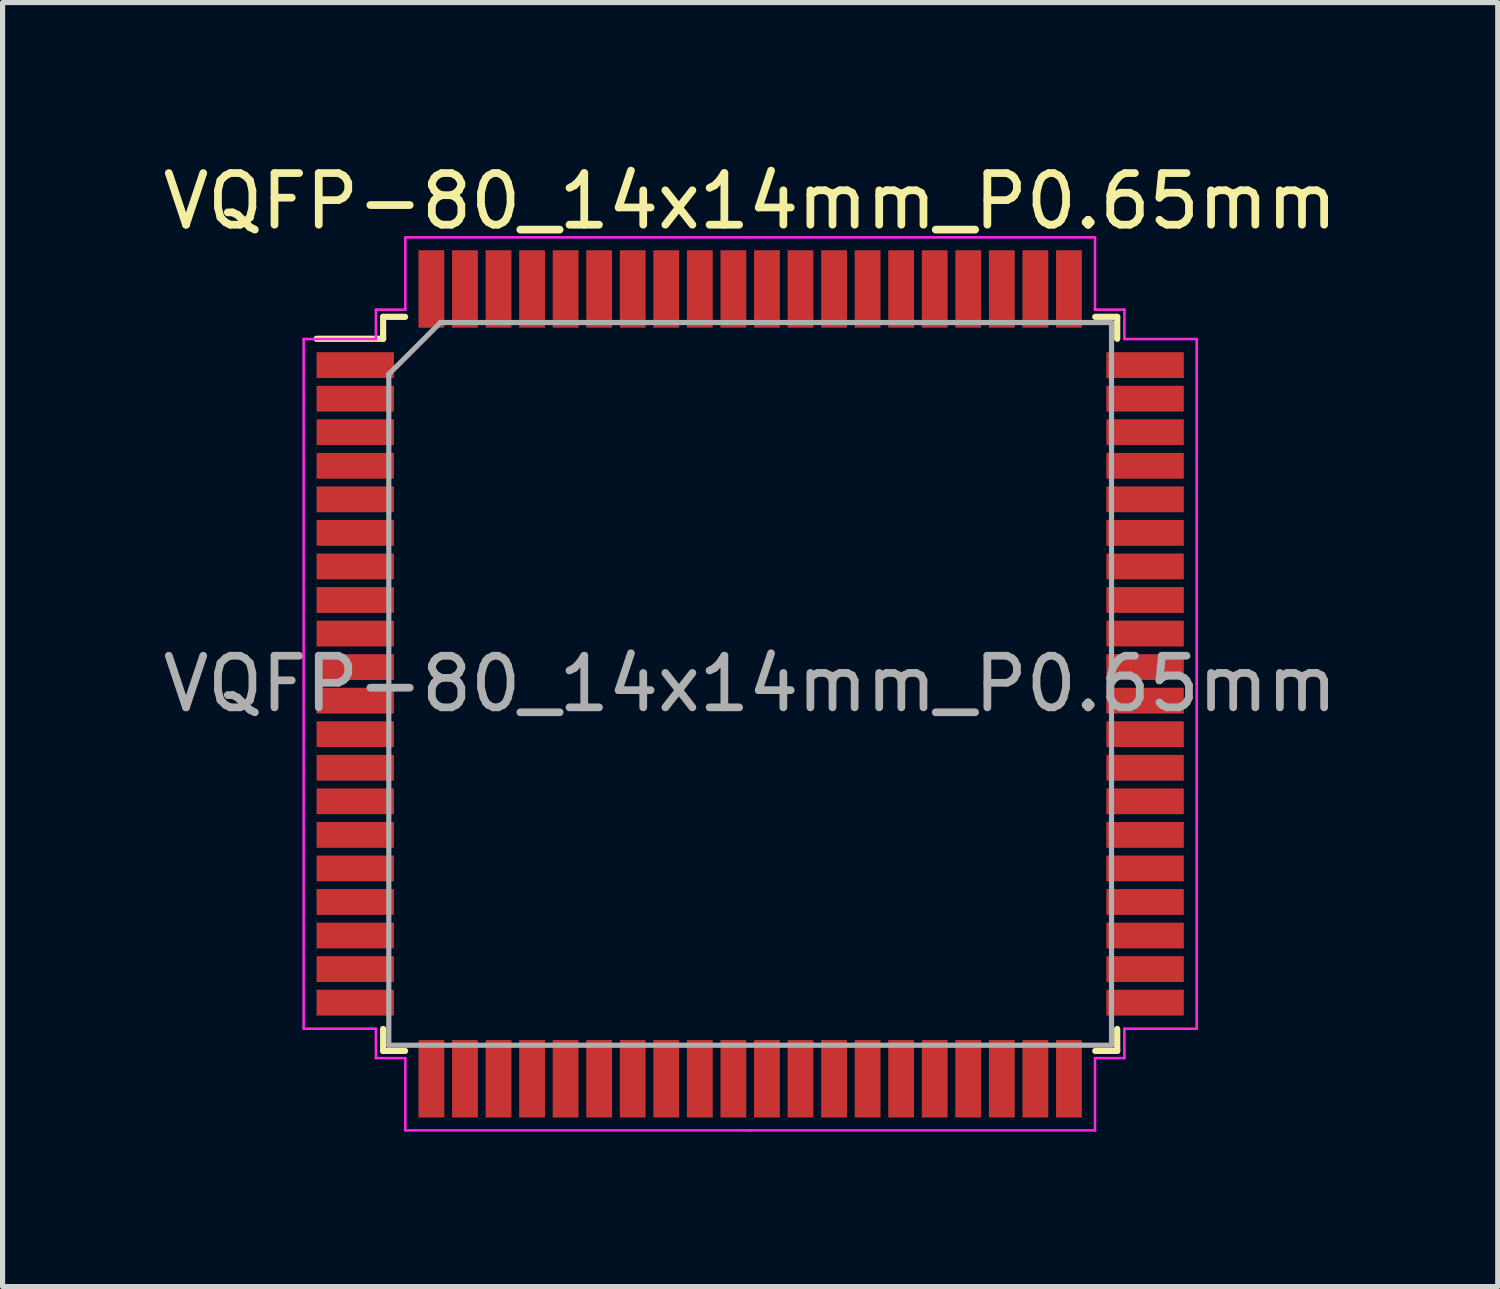
<source format=kicad_pcb>
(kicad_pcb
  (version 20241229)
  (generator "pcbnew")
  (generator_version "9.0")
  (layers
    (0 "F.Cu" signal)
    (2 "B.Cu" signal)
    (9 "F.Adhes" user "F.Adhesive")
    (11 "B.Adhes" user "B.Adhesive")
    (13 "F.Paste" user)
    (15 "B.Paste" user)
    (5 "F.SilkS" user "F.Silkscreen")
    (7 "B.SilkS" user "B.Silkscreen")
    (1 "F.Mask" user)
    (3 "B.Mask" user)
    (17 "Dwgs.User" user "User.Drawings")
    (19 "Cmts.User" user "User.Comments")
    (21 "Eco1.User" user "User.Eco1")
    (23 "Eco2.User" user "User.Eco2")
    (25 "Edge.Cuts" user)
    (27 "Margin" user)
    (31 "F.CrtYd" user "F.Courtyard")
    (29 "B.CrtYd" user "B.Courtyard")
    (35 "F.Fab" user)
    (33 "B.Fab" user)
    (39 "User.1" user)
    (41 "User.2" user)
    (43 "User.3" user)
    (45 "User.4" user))
  (footprint "VQFP-80_14x14mm_P0.65mm"
    (layer "F.Cu")
    (at 11.482 10.198)
    (property "Reference" "VQFP-80_14x14mm_P0.65mm" (at 0 -9.35 0) (layer "F.SilkS") (effects (font (size 1 1) (thickness 0.15))))
    (attr smd)
    (fp_line (start -7.11 -7.11) (end -7.11 -6.685) (stroke (width 0.12) (type solid)) (layer "F.SilkS"))
    (fp_line (start -7.11 -6.685) (end -8.4 -6.685) (stroke (width 0.12) (type solid)) (layer "F.SilkS"))
    (fp_line (start -7.11 7.11) (end -7.11 6.685) (stroke (width 0.12) (type solid)) (layer "F.SilkS"))
    (fp_line (start -6.685 -7.11) (end -7.11 -7.11) (stroke (width 0.12) (type solid)) (layer "F.SilkS"))
    (fp_line (start -6.685 7.11) (end -7.11 7.11) (stroke (width 0.12) (type solid)) (layer "F.SilkS"))
    (fp_line (start 6.685 -7.11) (end 7.11 -7.11) (stroke (width 0.12) (type solid)) (layer "F.SilkS"))
    (fp_line (start 6.685 7.11) (end 7.11 7.11) (stroke (width 0.12) (type solid)) (layer "F.SilkS"))
    (fp_line (start 7.11 -7.11) (end 7.11 -6.685) (stroke (width 0.12) (type solid)) (layer "F.SilkS"))
    (fp_line (start 7.11 7.11) (end 7.11 6.685) (stroke (width 0.12) (type solid)) (layer "F.SilkS"))
    (fp_line (start -8.65 -6.68) (end -8.65 0) (stroke (width 0.05) (type solid)) (layer "F.CrtYd"))
    (fp_line (start -8.65 6.68) (end -8.65 0) (stroke (width 0.05) (type solid)) (layer "F.CrtYd"))
    (fp_line (start -7.25 -7.25) (end -7.25 -6.68) (stroke (width 0.05) (type solid)) (layer "F.CrtYd"))
    (fp_line (start -7.25 -6.68) (end -8.65 -6.68) (stroke (width 0.05) (type solid)) (layer "F.CrtYd"))
    (fp_line (start -7.25 6.68) (end -8.65 6.68) (stroke (width 0.05) (type solid)) (layer "F.CrtYd"))
    (fp_line (start -7.25 7.25) (end -7.25 6.68) (stroke (width 0.05) (type solid)) (layer "F.CrtYd"))
    (fp_line (start -6.68 -8.65) (end -6.68 -7.25) (stroke (width 0.05) (type solid)) (layer "F.CrtYd"))
    (fp_line (start -6.68 -7.25) (end -7.25 -7.25) (stroke (width 0.05) (type solid)) (layer "F.CrtYd"))
    (fp_line (start -6.68 7.25) (end -7.25 7.25) (stroke (width 0.05) (type solid)) (layer "F.CrtYd"))
    (fp_line (start -6.68 8.65) (end -6.68 7.25) (stroke (width 0.05) (type solid)) (layer "F.CrtYd"))
    (fp_line (start 0 -8.65) (end -6.68 -8.65) (stroke (width 0.05) (type solid)) (layer "F.CrtYd"))
    (fp_line (start 0 -8.65) (end 6.68 -8.65) (stroke (width 0.05) (type solid)) (layer "F.CrtYd"))
    (fp_line (start 0 8.65) (end -6.68 8.65) (stroke (width 0.05) (type solid)) (layer "F.CrtYd"))
    (fp_line (start 0 8.65) (end 6.68 8.65) (stroke (width 0.05) (type solid)) (layer "F.CrtYd"))
    (fp_line (start 6.68 -8.65) (end 6.68 -7.25) (stroke (width 0.05) (type solid)) (layer "F.CrtYd"))
    (fp_line (start 6.68 -7.25) (end 7.25 -7.25) (stroke (width 0.05) (type solid)) (layer "F.CrtYd"))
    (fp_line (start 6.68 7.25) (end 7.25 7.25) (stroke (width 0.05) (type solid)) (layer "F.CrtYd"))
    (fp_line (start 6.68 8.65) (end 6.68 7.25) (stroke (width 0.05) (type solid)) (layer "F.CrtYd"))
    (fp_line (start 7.25 -7.25) (end 7.25 -6.68) (stroke (width 0.05) (type solid)) (layer "F.CrtYd"))
    (fp_line (start 7.25 -6.68) (end 8.65 -6.68) (stroke (width 0.05) (type solid)) (layer "F.CrtYd"))
    (fp_line (start 7.25 6.68) (end 8.65 6.68) (stroke (width 0.05) (type solid)) (layer "F.CrtYd"))
    (fp_line (start 7.25 7.25) (end 7.25 6.68) (stroke (width 0.05) (type solid)) (layer "F.CrtYd"))
    (fp_line (start 8.65 -6.68) (end 8.65 0) (stroke (width 0.05) (type solid)) (layer "F.CrtYd"))
    (fp_line (start 8.65 6.68) (end 8.65 0) (stroke (width 0.05) (type solid)) (layer "F.CrtYd"))
    (fp_line (start -7 -6) (end -6 -7) (stroke (width 0.1) (type solid)) (layer "F.Fab"))
    (fp_line (start -7 7) (end -7 -6) (stroke (width 0.1) (type solid)) (layer "F.Fab"))
    (fp_line (start -6 -7) (end 7 -7) (stroke (width 0.1) (type solid)) (layer "F.Fab"))
    (fp_line (start 7 -7) (end 7 7) (stroke (width 0.1) (type solid)) (layer "F.Fab"))
    (fp_line (start 7 7) (end -7 7) (stroke (width 0.1) (type solid)) (layer "F.Fab"))
    (fp_text user "${REFERENCE}" (at 0 0 0) (layer "F.Fab") (effects (font (size 1 1) (thickness 0.15))))
    (pad "1" smd rect (at -7.65 -6.175) (size 1.5 0.5) (layers "F.Cu" "F.Mask" "F.Paste"))
    (pad "2" smd rect (at -7.65 -5.525) (size 1.5 0.5) (layers "F.Cu" "F.Mask" "F.Paste"))
    (pad "3" smd rect (at -7.65 -4.875) (size 1.5 0.5) (layers "F.Cu" "F.Mask" "F.Paste"))
    (pad "4" smd rect (at -7.65 -4.225) (size 1.5 0.5) (layers "F.Cu" "F.Mask" "F.Paste"))
    (pad "5" smd rect (at -7.65 -3.575) (size 1.5 0.5) (layers "F.Cu" "F.Mask" "F.Paste"))
    (pad "6" smd rect (at -7.65 -2.925) (size 1.5 0.5) (layers "F.Cu" "F.Mask" "F.Paste"))
    (pad "7" smd rect (at -7.65 -2.275) (size 1.5 0.5) (layers "F.Cu" "F.Mask" "F.Paste"))
    (pad "8" smd rect (at -7.65 -1.625) (size 1.5 0.5) (layers "F.Cu" "F.Mask" "F.Paste"))
    (pad "9" smd rect (at -7.65 -0.975) (size 1.5 0.5) (layers "F.Cu" "F.Mask" "F.Paste"))
    (pad "10" smd rect (at -7.65 -0.325) (size 1.5 0.5) (layers "F.Cu" "F.Mask" "F.Paste"))
    (pad "11" smd rect (at -7.65 0.325) (size 1.5 0.5) (layers "F.Cu" "F.Mask" "F.Paste"))
    (pad "12" smd rect (at -7.65 0.975) (size 1.5 0.5) (layers "F.Cu" "F.Mask" "F.Paste"))
    (pad "13" smd rect (at -7.65 1.625) (size 1.5 0.5) (layers "F.Cu" "F.Mask" "F.Paste"))
    (pad "14" smd rect (at -7.65 2.275) (size 1.5 0.5) (layers "F.Cu" "F.Mask" "F.Paste"))
    (pad "15" smd rect (at -7.65 2.925) (size 1.5 0.5) (layers "F.Cu" "F.Mask" "F.Paste"))
    (pad "16" smd rect (at -7.65 3.575) (size 1.5 0.5) (layers "F.Cu" "F.Mask" "F.Paste"))
    (pad "17" smd rect (at -7.65 4.225) (size 1.5 0.5) (layers "F.Cu" "F.Mask" "F.Paste"))
    (pad "18" smd rect (at -7.65 4.875) (size 1.5 0.5) (layers "F.Cu" "F.Mask" "F.Paste"))
    (pad "19" smd rect (at -7.65 5.525) (size 1.5 0.5) (layers "F.Cu" "F.Mask" "F.Paste"))
    (pad "20" smd rect (at -7.65 6.175) (size 1.5 0.5) (layers "F.Cu" "F.Mask" "F.Paste"))
    (pad "21" smd rect (at -6.175 7.65) (size 0.5 1.5) (layers "F.Cu" "F.Mask" "F.Paste"))
    (pad "22" smd rect (at -5.525 7.65) (size 0.5 1.5) (layers "F.Cu" "F.Mask" "F.Paste"))
    (pad "23" smd rect (at -4.875 7.65) (size 0.5 1.5) (layers "F.Cu" "F.Mask" "F.Paste"))
    (pad "24" smd rect (at -4.225 7.65) (size 0.5 1.5) (layers "F.Cu" "F.Mask" "F.Paste"))
    (pad "25" smd rect (at -3.575 7.65) (size 0.5 1.5) (layers "F.Cu" "F.Mask" "F.Paste"))
    (pad "26" smd rect (at -2.925 7.65) (size 0.5 1.5) (layers "F.Cu" "F.Mask" "F.Paste"))
    (pad "27" smd rect (at -2.275 7.65) (size 0.5 1.5) (layers "F.Cu" "F.Mask" "F.Paste"))
    (pad "28" smd rect (at -1.625 7.65) (size 0.5 1.5) (layers "F.Cu" "F.Mask" "F.Paste"))
    (pad "29" smd rect (at -0.975 7.65) (size 0.5 1.5) (layers "F.Cu" "F.Mask" "F.Paste"))
    (pad "30" smd rect (at -0.325 7.65) (size 0.5 1.5) (layers "F.Cu" "F.Mask" "F.Paste"))
    (pad "31" smd rect (at 0.325 7.65) (size 0.5 1.5) (layers "F.Cu" "F.Mask" "F.Paste"))
    (pad "32" smd rect (at 0.975 7.65) (size 0.5 1.5) (layers "F.Cu" "F.Mask" "F.Paste"))
    (pad "33" smd rect (at 1.625 7.65) (size 0.5 1.5) (layers "F.Cu" "F.Mask" "F.Paste"))
    (pad "34" smd rect (at 2.275 7.65) (size 0.5 1.5) (layers "F.Cu" "F.Mask" "F.Paste"))
    (pad "35" smd rect (at 2.925 7.65) (size 0.5 1.5) (layers "F.Cu" "F.Mask" "F.Paste"))
    (pad "36" smd rect (at 3.575 7.65) (size 0.5 1.5) (layers "F.Cu" "F.Mask" "F.Paste"))
    (pad "37" smd rect (at 4.225 7.65) (size 0.5 1.5) (layers "F.Cu" "F.Mask" "F.Paste"))
    (pad "38" smd rect (at 4.875 7.65) (size 0.5 1.5) (layers "F.Cu" "F.Mask" "F.Paste"))
    (pad "39" smd rect (at 5.525 7.65) (size 0.5 1.5) (layers "F.Cu" "F.Mask" "F.Paste"))
    (pad "40" smd rect (at 6.175 7.65) (size 0.5 1.5) (layers "F.Cu" "F.Mask" "F.Paste"))
    (pad "41" smd rect (at 7.65 6.175) (size 1.5 0.5) (layers "F.Cu" "F.Mask" "F.Paste"))
    (pad "42" smd rect (at 7.65 5.525) (size 1.5 0.5) (layers "F.Cu" "F.Mask" "F.Paste"))
    (pad "43" smd rect (at 7.65 4.875) (size 1.5 0.5) (layers "F.Cu" "F.Mask" "F.Paste"))
    (pad "44" smd rect (at 7.65 4.225) (size 1.5 0.5) (layers "F.Cu" "F.Mask" "F.Paste"))
    (pad "45" smd rect (at 7.65 3.575) (size 1.5 0.5) (layers "F.Cu" "F.Mask" "F.Paste"))
    (pad "46" smd rect (at 7.65 2.925) (size 1.5 0.5) (layers "F.Cu" "F.Mask" "F.Paste"))
    (pad "47" smd rect (at 7.65 2.275) (size 1.5 0.5) (layers "F.Cu" "F.Mask" "F.Paste"))
    (pad "48" smd rect (at 7.65 1.625) (size 1.5 0.5) (layers "F.Cu" "F.Mask" "F.Paste"))
    (pad "49" smd rect (at 7.65 0.975) (size 1.5 0.5) (layers "F.Cu" "F.Mask" "F.Paste"))
    (pad "50" smd rect (at 7.65 0.325) (size 1.5 0.5) (layers "F.Cu" "F.Mask" "F.Paste"))
    (pad "51" smd rect (at 7.65 -0.325) (size 1.5 0.5) (layers "F.Cu" "F.Mask" "F.Paste"))
    (pad "52" smd rect (at 7.65 -0.975) (size 1.5 0.5) (layers "F.Cu" "F.Mask" "F.Paste"))
    (pad "53" smd rect (at 7.65 -1.625) (size 1.5 0.5) (layers "F.Cu" "F.Mask" "F.Paste"))
    (pad "54" smd rect (at 7.65 -2.275) (size 1.5 0.5) (layers "F.Cu" "F.Mask" "F.Paste"))
    (pad "55" smd rect (at 7.65 -2.925) (size 1.5 0.5) (layers "F.Cu" "F.Mask" "F.Paste"))
    (pad "56" smd rect (at 7.65 -3.575) (size 1.5 0.5) (layers "F.Cu" "F.Mask" "F.Paste"))
    (pad "57" smd rect (at 7.65 -4.225) (size 1.5 0.5) (layers "F.Cu" "F.Mask" "F.Paste"))
    (pad "58" smd rect (at 7.65 -4.875) (size 1.5 0.5) (layers "F.Cu" "F.Mask" "F.Paste"))
    (pad "59" smd rect (at 7.65 -5.525) (size 1.5 0.5) (layers "F.Cu" "F.Mask" "F.Paste"))
    (pad "60" smd rect (at 7.65 -6.175) (size 1.5 0.5) (layers "F.Cu" "F.Mask" "F.Paste"))
    (pad "61" smd rect (at 6.175 -7.65) (size 0.5 1.5) (layers "F.Cu" "F.Mask" "F.Paste"))
    (pad "62" smd rect (at 5.525 -7.65) (size 0.5 1.5) (layers "F.Cu" "F.Mask" "F.Paste"))
    (pad "63" smd rect (at 4.875 -7.65) (size 0.5 1.5) (layers "F.Cu" "F.Mask" "F.Paste"))
    (pad "64" smd rect (at 4.225 -7.65) (size 0.5 1.5) (layers "F.Cu" "F.Mask" "F.Paste"))
    (pad "65" smd rect (at 3.575 -7.65) (size 0.5 1.5) (layers "F.Cu" "F.Mask" "F.Paste"))
    (pad "66" smd rect (at 2.925 -7.65) (size 0.5 1.5) (layers "F.Cu" "F.Mask" "F.Paste"))
    (pad "67" smd rect (at 2.275 -7.65) (size 0.5 1.5) (layers "F.Cu" "F.Mask" "F.Paste"))
    (pad "68" smd rect (at 1.625 -7.65) (size 0.5 1.5) (layers "F.Cu" "F.Mask" "F.Paste"))
    (pad "69" smd rect (at 0.975 -7.65) (size 0.5 1.5) (layers "F.Cu" "F.Mask" "F.Paste"))
    (pad "70" smd rect (at 0.325 -7.65) (size 0.5 1.5) (layers "F.Cu" "F.Mask" "F.Paste"))
    (pad "71" smd rect (at -0.325 -7.65) (size 0.5 1.5) (layers "F.Cu" "F.Mask" "F.Paste"))
    (pad "72" smd rect (at -0.975 -7.65) (size 0.5 1.5) (layers "F.Cu" "F.Mask" "F.Paste"))
    (pad "73" smd rect (at -1.625 -7.65) (size 0.5 1.5) (layers "F.Cu" "F.Mask" "F.Paste"))
    (pad "74" smd rect (at -2.275 -7.65) (size 0.5 1.5) (layers "F.Cu" "F.Mask" "F.Paste"))
    (pad "75" smd rect (at -2.925 -7.65) (size 0.5 1.5) (layers "F.Cu" "F.Mask" "F.Paste"))
    (pad "76" smd rect (at -3.575 -7.65) (size 0.5 1.5) (layers "F.Cu" "F.Mask" "F.Paste"))
    (pad "77" smd rect (at -4.225 -7.65) (size 0.5 1.5) (layers "F.Cu" "F.Mask" "F.Paste"))
    (pad "78" smd rect (at -4.875 -7.65) (size 0.5 1.5) (layers "F.Cu" "F.Mask" "F.Paste"))
    (pad "79" smd rect (at -5.525 -7.65) (size 0.5 1.5) (layers "F.Cu" "F.Mask" "F.Paste"))
    (pad "80" smd rect (at -6.175 -7.65) (size 0.5 1.5) (layers "F.Cu" "F.Mask" "F.Paste")))
  (gr_rect
    (start -3 -3)
    (end 25.964 21.873)
    (stroke (width 0.1) (type default))
    (fill no)
    (layer "Edge.Cuts")))
</source>
